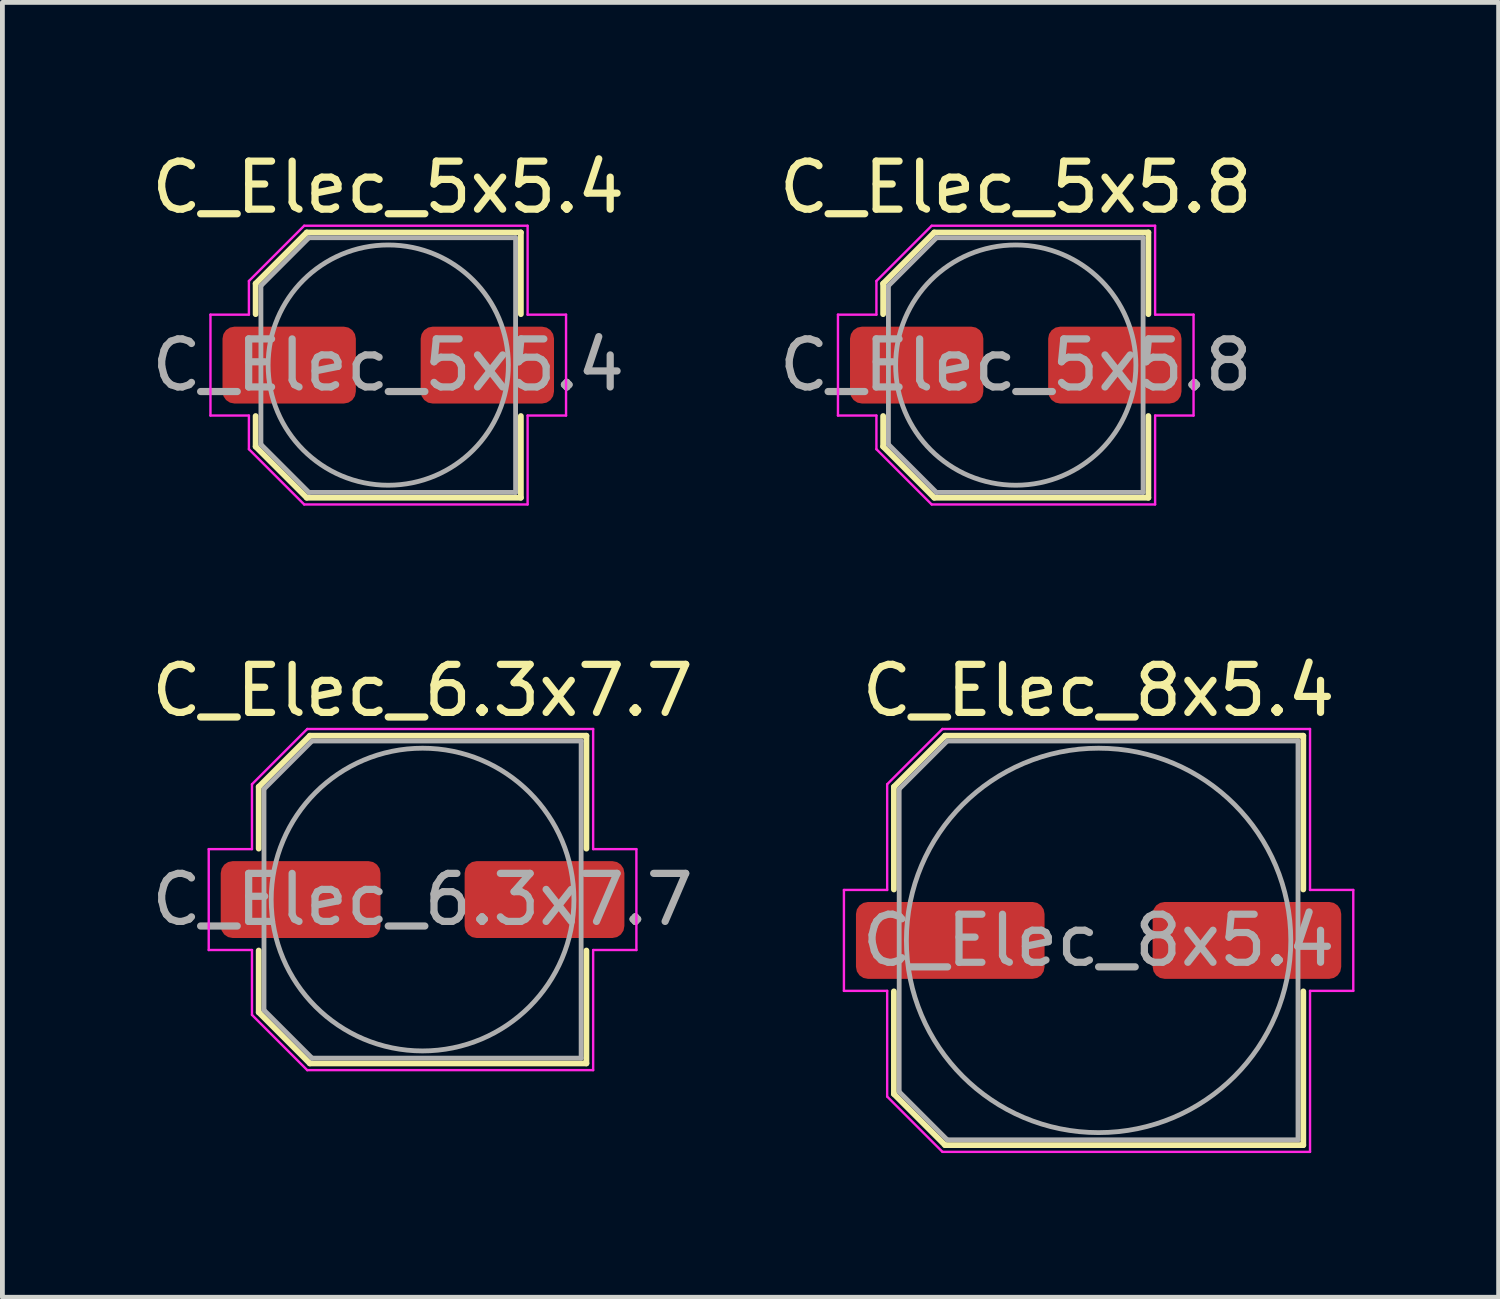
<source format=kicad_pcb>
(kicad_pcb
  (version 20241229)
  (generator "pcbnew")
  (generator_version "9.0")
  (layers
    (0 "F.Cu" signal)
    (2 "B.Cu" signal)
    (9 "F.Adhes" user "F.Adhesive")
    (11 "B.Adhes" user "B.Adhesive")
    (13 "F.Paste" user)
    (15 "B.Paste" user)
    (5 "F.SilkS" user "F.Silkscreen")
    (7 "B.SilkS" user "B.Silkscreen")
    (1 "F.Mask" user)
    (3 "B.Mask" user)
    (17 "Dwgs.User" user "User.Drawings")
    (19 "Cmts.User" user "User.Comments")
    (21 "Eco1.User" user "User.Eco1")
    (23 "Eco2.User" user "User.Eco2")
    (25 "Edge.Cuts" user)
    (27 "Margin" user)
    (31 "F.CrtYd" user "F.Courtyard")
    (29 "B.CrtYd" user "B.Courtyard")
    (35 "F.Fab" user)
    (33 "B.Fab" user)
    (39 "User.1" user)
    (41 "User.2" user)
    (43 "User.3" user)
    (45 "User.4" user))
  (footprint "C_Elec_5x5.4"
    (layer "F.Cu")
    (at 5.03 4.548)
    (property "Reference" "C_Elec_5x5.4" (at 0 -3.7 0) (layer "F.SilkS") (effects (font (size 1 1) (thickness 0.15))))
    (attr smd)
    (fp_line (start -2.76 -1.696) (end -2.76 -1.06) (stroke (width 0.12) (type solid)) (layer "F.SilkS"))
    (fp_line (start -2.76 -1.696) (end -1.696 -2.76) (stroke (width 0.12) (type solid)) (layer "F.SilkS"))
    (fp_line (start -2.76 1.696) (end -2.76 1.06) (stroke (width 0.12) (type solid)) (layer "F.SilkS"))
    (fp_line (start -2.76 1.696) (end -1.696 2.76) (stroke (width 0.12) (type solid)) (layer "F.SilkS"))
    (fp_line (start -1.696 -2.76) (end 2.76 -2.76) (stroke (width 0.12) (type solid)) (layer "F.SilkS"))
    (fp_line (start -1.696 2.76) (end 2.76 2.76) (stroke (width 0.12) (type solid)) (layer "F.SilkS"))
    (fp_line (start 2.76 -2.76) (end 2.76 -1.06) (stroke (width 0.12) (type solid)) (layer "F.SilkS"))
    (fp_line (start 2.76 2.76) (end 2.76 1.06) (stroke (width 0.12) (type solid)) (layer "F.SilkS"))
    (fp_line (start -3.7 -1.05) (end -3.7 1.05) (stroke (width 0.05) (type solid)) (layer "F.CrtYd"))
    (fp_line (start -3.7 1.05) (end -2.9 1.05) (stroke (width 0.05) (type solid)) (layer "F.CrtYd"))
    (fp_line (start -2.9 -1.75) (end -2.9 -1.05) (stroke (width 0.05) (type solid)) (layer "F.CrtYd"))
    (fp_line (start -2.9 -1.75) (end -1.75 -2.9) (stroke (width 0.05) (type solid)) (layer "F.CrtYd"))
    (fp_line (start -2.9 -1.05) (end -3.7 -1.05) (stroke (width 0.05) (type solid)) (layer "F.CrtYd"))
    (fp_line (start -2.9 1.05) (end -2.9 1.75) (stroke (width 0.05) (type solid)) (layer "F.CrtYd"))
    (fp_line (start -2.9 1.75) (end -1.75 2.9) (stroke (width 0.05) (type solid)) (layer "F.CrtYd"))
    (fp_line (start -1.75 -2.9) (end 2.9 -2.9) (stroke (width 0.05) (type solid)) (layer "F.CrtYd"))
    (fp_line (start -1.75 2.9) (end 2.9 2.9) (stroke (width 0.05) (type solid)) (layer "F.CrtYd"))
    (fp_line (start 2.9 -2.9) (end 2.9 -1.05) (stroke (width 0.05) (type solid)) (layer "F.CrtYd"))
    (fp_line (start 2.9 -1.05) (end 3.7 -1.05) (stroke (width 0.05) (type solid)) (layer "F.CrtYd"))
    (fp_line (start 2.9 1.05) (end 2.9 2.9) (stroke (width 0.05) (type solid)) (layer "F.CrtYd"))
    (fp_line (start 3.7 -1.05) (end 3.7 1.05) (stroke (width 0.05) (type solid)) (layer "F.CrtYd"))
    (fp_line (start 3.7 1.05) (end 2.9 1.05) (stroke (width 0.05) (type solid)) (layer "F.CrtYd"))
    (fp_line (start -2.65 -1.65) (end -2.65 1.65) (stroke (width 0.1) (type solid)) (layer "F.Fab"))
    (fp_line (start -2.65 -1.65) (end -1.65 -2.65) (stroke (width 0.1) (type solid)) (layer "F.Fab"))
    (fp_line (start -2.65 1.65) (end -1.65 2.65) (stroke (width 0.1) (type solid)) (layer "F.Fab"))
    (fp_line (start -1.65 -2.65) (end 2.65 -2.65) (stroke (width 0.1) (type solid)) (layer "F.Fab"))
    (fp_line (start -1.65 2.65) (end 2.65 2.65) (stroke (width 0.1) (type solid)) (layer "F.Fab"))
    (fp_line (start 2.65 -2.65) (end 2.65 2.65) (stroke (width 0.1) (type solid)) (layer "F.Fab"))
    (fp_circle (center 0 0) (end 2.5 0) (stroke (width 0.1) (type solid)) (fill no) (layer "F.Fab"))
    (fp_text user "${REFERENCE}" (at 0 0 0) (layer "F.Fab") (effects (font (size 1 1) (thickness 0.15))))
    (pad "1" smd roundrect (at -2.062 0) (size 2.775 1.6) (layers "F.Cu" "F.Mask" "F.Paste") (roundrect_rratio 0.156))
    (pad "2" smd roundrect (at 2.062 0) (size 2.775 1.6) (layers "F.Cu" "F.Mask" "F.Paste") (roundrect_rratio 0.156)))
  (footprint "C_Elec_8x5.4"
    (layer "F.Cu")
    (at 19.813 16.521)
    (property "Reference" "C_Elec_8x5.4" (at 0 -5.2 0) (layer "F.SilkS") (effects (font (size 1 1) (thickness 0.15))))
    (attr smd)
    (fp_line (start -4.26 -3.196) (end -4.26 -1.06) (stroke (width 0.12) (type solid)) (layer "F.SilkS"))
    (fp_line (start -4.26 -3.196) (end -3.196 -4.26) (stroke (width 0.12) (type solid)) (layer "F.SilkS"))
    (fp_line (start -4.26 3.196) (end -4.26 1.06) (stroke (width 0.12) (type solid)) (layer "F.SilkS"))
    (fp_line (start -4.26 3.196) (end -3.196 4.26) (stroke (width 0.12) (type solid)) (layer "F.SilkS"))
    (fp_line (start -3.196 -4.26) (end 4.26 -4.26) (stroke (width 0.12) (type solid)) (layer "F.SilkS"))
    (fp_line (start -3.196 4.26) (end 4.26 4.26) (stroke (width 0.12) (type solid)) (layer "F.SilkS"))
    (fp_line (start 4.26 -4.26) (end 4.26 -1.06) (stroke (width 0.12) (type solid)) (layer "F.SilkS"))
    (fp_line (start 4.26 4.26) (end 4.26 1.06) (stroke (width 0.12) (type solid)) (layer "F.SilkS"))
    (fp_line (start -5.3 -1.05) (end -5.3 1.05) (stroke (width 0.05) (type solid)) (layer "F.CrtYd"))
    (fp_line (start -5.3 1.05) (end -4.4 1.05) (stroke (width 0.05) (type solid)) (layer "F.CrtYd"))
    (fp_line (start -4.4 -3.25) (end -4.4 -1.05) (stroke (width 0.05) (type solid)) (layer "F.CrtYd"))
    (fp_line (start -4.4 -3.25) (end -3.25 -4.4) (stroke (width 0.05) (type solid)) (layer "F.CrtYd"))
    (fp_line (start -4.4 -1.05) (end -5.3 -1.05) (stroke (width 0.05) (type solid)) (layer "F.CrtYd"))
    (fp_line (start -4.4 1.05) (end -4.4 3.25) (stroke (width 0.05) (type solid)) (layer "F.CrtYd"))
    (fp_line (start -4.4 3.25) (end -3.25 4.4) (stroke (width 0.05) (type solid)) (layer "F.CrtYd"))
    (fp_line (start -3.25 -4.4) (end 4.4 -4.4) (stroke (width 0.05) (type solid)) (layer "F.CrtYd"))
    (fp_line (start -3.25 4.4) (end 4.4 4.4) (stroke (width 0.05) (type solid)) (layer "F.CrtYd"))
    (fp_line (start 4.4 -4.4) (end 4.4 -1.05) (stroke (width 0.05) (type solid)) (layer "F.CrtYd"))
    (fp_line (start 4.4 -1.05) (end 5.3 -1.05) (stroke (width 0.05) (type solid)) (layer "F.CrtYd"))
    (fp_line (start 4.4 1.05) (end 4.4 4.4) (stroke (width 0.05) (type solid)) (layer "F.CrtYd"))
    (fp_line (start 5.3 -1.05) (end 5.3 1.05) (stroke (width 0.05) (type solid)) (layer "F.CrtYd"))
    (fp_line (start 5.3 1.05) (end 4.4 1.05) (stroke (width 0.05) (type solid)) (layer "F.CrtYd"))
    (fp_line (start -4.15 -3.15) (end -4.15 3.15) (stroke (width 0.1) (type solid)) (layer "F.Fab"))
    (fp_line (start -4.15 -3.15) (end -3.15 -4.15) (stroke (width 0.1) (type solid)) (layer "F.Fab"))
    (fp_line (start -4.15 3.15) (end -3.15 4.15) (stroke (width 0.1) (type solid)) (layer "F.Fab"))
    (fp_line (start -3.15 -4.15) (end 4.15 -4.15) (stroke (width 0.1) (type solid)) (layer "F.Fab"))
    (fp_line (start -3.15 4.15) (end 4.15 4.15) (stroke (width 0.1) (type solid)) (layer "F.Fab"))
    (fp_line (start 4.15 -4.15) (end 4.15 4.15) (stroke (width 0.1) (type solid)) (layer "F.Fab"))
    (fp_circle (center 0 0) (end 4 0) (stroke (width 0.1) (type solid)) (fill no) (layer "F.Fab"))
    (fp_text user "${REFERENCE}" (at 0 0 0) (layer "F.Fab") (effects (font (size 1 1) (thickness 0.15))))
    (pad "1" smd roundrect (at -3.087 0) (size 3.925 1.6) (layers "F.Cu" "F.Mask" "F.Paste") (roundrect_rratio 0.156))
    (pad "2" smd roundrect (at 3.087 0) (size 3.925 1.6) (layers "F.Cu" "F.Mask" "F.Paste") (roundrect_rratio 0.156)))
  (footprint "C_Elec_6.3x7.7"
    (layer "F.Cu")
    (at 5.744 15.671)
    (property "Reference" "C_Elec_6.3x7.7" (at 0 -4.35 0) (layer "F.SilkS") (effects (font (size 1 1) (thickness 0.15))))
    (attr smd)
    (fp_line (start -3.41 -2.346) (end -3.41 -1.06) (stroke (width 0.12) (type solid)) (layer "F.SilkS"))
    (fp_line (start -3.41 -2.346) (end -2.346 -3.41) (stroke (width 0.12) (type solid)) (layer "F.SilkS"))
    (fp_line (start -3.41 2.346) (end -3.41 1.06) (stroke (width 0.12) (type solid)) (layer "F.SilkS"))
    (fp_line (start -3.41 2.346) (end -2.346 3.41) (stroke (width 0.12) (type solid)) (layer "F.SilkS"))
    (fp_line (start -2.346 -3.41) (end 3.41 -3.41) (stroke (width 0.12) (type solid)) (layer "F.SilkS"))
    (fp_line (start -2.346 3.41) (end 3.41 3.41) (stroke (width 0.12) (type solid)) (layer "F.SilkS"))
    (fp_line (start 3.41 -3.41) (end 3.41 -1.06) (stroke (width 0.12) (type solid)) (layer "F.SilkS"))
    (fp_line (start 3.41 3.41) (end 3.41 1.06) (stroke (width 0.12) (type solid)) (layer "F.SilkS"))
    (fp_line (start -4.45 -1.05) (end -4.45 1.05) (stroke (width 0.05) (type solid)) (layer "F.CrtYd"))
    (fp_line (start -4.45 1.05) (end -3.55 1.05) (stroke (width 0.05) (type solid)) (layer "F.CrtYd"))
    (fp_line (start -3.55 -2.4) (end -3.55 -1.05) (stroke (width 0.05) (type solid)) (layer "F.CrtYd"))
    (fp_line (start -3.55 -2.4) (end -2.4 -3.55) (stroke (width 0.05) (type solid)) (layer "F.CrtYd"))
    (fp_line (start -3.55 -1.05) (end -4.45 -1.05) (stroke (width 0.05) (type solid)) (layer "F.CrtYd"))
    (fp_line (start -3.55 1.05) (end -3.55 2.4) (stroke (width 0.05) (type solid)) (layer "F.CrtYd"))
    (fp_line (start -3.55 2.4) (end -2.4 3.55) (stroke (width 0.05) (type solid)) (layer "F.CrtYd"))
    (fp_line (start -2.4 -3.55) (end 3.55 -3.55) (stroke (width 0.05) (type solid)) (layer "F.CrtYd"))
    (fp_line (start -2.4 3.55) (end 3.55 3.55) (stroke (width 0.05) (type solid)) (layer "F.CrtYd"))
    (fp_line (start 3.55 -3.55) (end 3.55 -1.05) (stroke (width 0.05) (type solid)) (layer "F.CrtYd"))
    (fp_line (start 3.55 -1.05) (end 4.45 -1.05) (stroke (width 0.05) (type solid)) (layer "F.CrtYd"))
    (fp_line (start 3.55 1.05) (end 3.55 3.55) (stroke (width 0.05) (type solid)) (layer "F.CrtYd"))
    (fp_line (start 4.45 -1.05) (end 4.45 1.05) (stroke (width 0.05) (type solid)) (layer "F.CrtYd"))
    (fp_line (start 4.45 1.05) (end 3.55 1.05) (stroke (width 0.05) (type solid)) (layer "F.CrtYd"))
    (fp_line (start -3.3 -2.3) (end -3.3 2.3) (stroke (width 0.1) (type solid)) (layer "F.Fab"))
    (fp_line (start -3.3 -2.3) (end -2.3 -3.3) (stroke (width 0.1) (type solid)) (layer "F.Fab"))
    (fp_line (start -3.3 2.3) (end -2.3 3.3) (stroke (width 0.1) (type solid)) (layer "F.Fab"))
    (fp_line (start -2.3 -3.3) (end 3.3 -3.3) (stroke (width 0.1) (type solid)) (layer "F.Fab"))
    (fp_line (start -2.3 3.3) (end 3.3 3.3) (stroke (width 0.1) (type solid)) (layer "F.Fab"))
    (fp_line (start 3.3 -3.3) (end 3.3 3.3) (stroke (width 0.1) (type solid)) (layer "F.Fab"))
    (fp_circle (center 0 0) (end 3.15 0) (stroke (width 0.1) (type solid)) (fill no) (layer "F.Fab"))
    (fp_text user "${REFERENCE}" (at 0 0 0) (layer "F.Fab") (effects (font (size 1 1) (thickness 0.15))))
    (pad "1" smd roundrect (at -2.538 0) (size 3.325 1.6) (layers "F.Cu" "F.Mask" "F.Paste") (roundrect_rratio 0.156))
    (pad "2" smd roundrect (at 2.538 0) (size 3.325 1.6) (layers "F.Cu" "F.Mask" "F.Paste") (roundrect_rratio 0.156)))
  (footprint "C_Elec_5x5.8"
    (layer "F.Cu")
    (at 18.089 4.548)
    (property "Reference" "C_Elec_5x5.8" (at 0 -3.7 0) (layer "F.SilkS") (effects (font (size 1 1) (thickness 0.15))))
    (attr smd)
    (fp_line (start -2.76 -1.696) (end -2.76 -1.06) (stroke (width 0.12) (type solid)) (layer "F.SilkS"))
    (fp_line (start -2.76 -1.696) (end -1.696 -2.76) (stroke (width 0.12) (type solid)) (layer "F.SilkS"))
    (fp_line (start -2.76 1.696) (end -2.76 1.06) (stroke (width 0.12) (type solid)) (layer "F.SilkS"))
    (fp_line (start -2.76 1.696) (end -1.696 2.76) (stroke (width 0.12) (type solid)) (layer "F.SilkS"))
    (fp_line (start -1.696 -2.76) (end 2.76 -2.76) (stroke (width 0.12) (type solid)) (layer "F.SilkS"))
    (fp_line (start -1.696 2.76) (end 2.76 2.76) (stroke (width 0.12) (type solid)) (layer "F.SilkS"))
    (fp_line (start 2.76 -2.76) (end 2.76 -1.06) (stroke (width 0.12) (type solid)) (layer "F.SilkS"))
    (fp_line (start 2.76 2.76) (end 2.76 1.06) (stroke (width 0.12) (type solid)) (layer "F.SilkS"))
    (fp_line (start -3.7 -1.05) (end -3.7 1.05) (stroke (width 0.05) (type solid)) (layer "F.CrtYd"))
    (fp_line (start -3.7 1.05) (end -2.9 1.05) (stroke (width 0.05) (type solid)) (layer "F.CrtYd"))
    (fp_line (start -2.9 -1.75) (end -2.9 -1.05) (stroke (width 0.05) (type solid)) (layer "F.CrtYd"))
    (fp_line (start -2.9 -1.75) (end -1.75 -2.9) (stroke (width 0.05) (type solid)) (layer "F.CrtYd"))
    (fp_line (start -2.9 -1.05) (end -3.7 -1.05) (stroke (width 0.05) (type solid)) (layer "F.CrtYd"))
    (fp_line (start -2.9 1.05) (end -2.9 1.75) (stroke (width 0.05) (type solid)) (layer "F.CrtYd"))
    (fp_line (start -2.9 1.75) (end -1.75 2.9) (stroke (width 0.05) (type solid)) (layer "F.CrtYd"))
    (fp_line (start -1.75 -2.9) (end 2.9 -2.9) (stroke (width 0.05) (type solid)) (layer "F.CrtYd"))
    (fp_line (start -1.75 2.9) (end 2.9 2.9) (stroke (width 0.05) (type solid)) (layer "F.CrtYd"))
    (fp_line (start 2.9 -2.9) (end 2.9 -1.05) (stroke (width 0.05) (type solid)) (layer "F.CrtYd"))
    (fp_line (start 2.9 -1.05) (end 3.7 -1.05) (stroke (width 0.05) (type solid)) (layer "F.CrtYd"))
    (fp_line (start 2.9 1.05) (end 2.9 2.9) (stroke (width 0.05) (type solid)) (layer "F.CrtYd"))
    (fp_line (start 3.7 -1.05) (end 3.7 1.05) (stroke (width 0.05) (type solid)) (layer "F.CrtYd"))
    (fp_line (start 3.7 1.05) (end 2.9 1.05) (stroke (width 0.05) (type solid)) (layer "F.CrtYd"))
    (fp_line (start -2.65 -1.65) (end -2.65 1.65) (stroke (width 0.1) (type solid)) (layer "F.Fab"))
    (fp_line (start -2.65 -1.65) (end -1.65 -2.65) (stroke (width 0.1) (type solid)) (layer "F.Fab"))
    (fp_line (start -2.65 1.65) (end -1.65 2.65) (stroke (width 0.1) (type solid)) (layer "F.Fab"))
    (fp_line (start -1.65 -2.65) (end 2.65 -2.65) (stroke (width 0.1) (type solid)) (layer "F.Fab"))
    (fp_line (start -1.65 2.65) (end 2.65 2.65) (stroke (width 0.1) (type solid)) (layer "F.Fab"))
    (fp_line (start 2.65 -2.65) (end 2.65 2.65) (stroke (width 0.1) (type solid)) (layer "F.Fab"))
    (fp_circle (center 0 0) (end 2.5 0) (stroke (width 0.1) (type solid)) (fill no) (layer "F.Fab"))
    (fp_text user "${REFERENCE}" (at 0 0 0) (layer "F.Fab") (effects (font (size 1 1) (thickness 0.15))))
    (pad "1" smd roundrect (at -2.062 0) (size 2.775 1.6) (layers "F.Cu" "F.Mask" "F.Paste") (roundrect_rratio 0.156))
    (pad "2" smd roundrect (at 2.062 0) (size 2.775 1.6) (layers "F.Cu" "F.Mask" "F.Paste") (roundrect_rratio 0.156)))
  (gr_rect
    (start -3 -3)
    (end 28.138 23.947)
    (stroke (width 0.1) (type default))
    (fill no)
    (layer "Edge.Cuts")))
</source>
